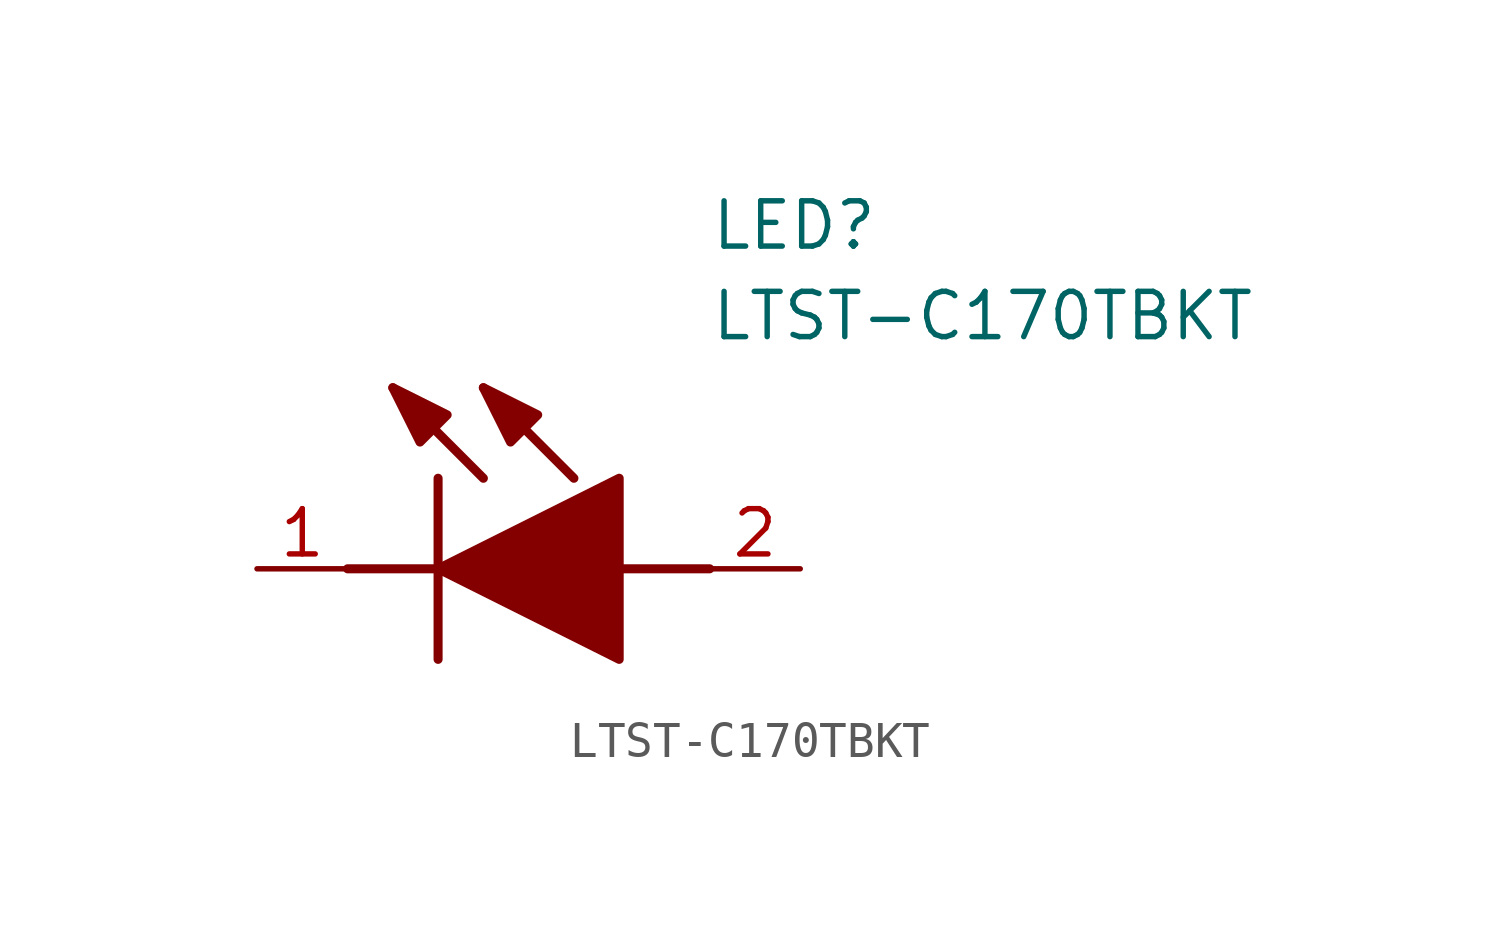
<source format=kicad_sym>
(kicad_symbol_lib
  (version 20211014)
  (generator SamacSys_ECAD_Model)
  (symbol "LTST-C170TBKT"
    (pin_names hide)
    (property "Reference" "LED"
      (at 12.7 8.89 0)
      (effects (font (size 1.27 1.27)) (justify left bottom)))
    (property "Value" "LTST-C170TBKT"
      (at 12.7 6.35 0)
      (effects (font (size 1.27 1.27)) (justify left bottom)))
    (polyline
      (pts (xy 5.08 2.54) (xy 5.08 -2.54))
      (stroke (width 0.254) (type default))
      (fill (type none)))
    (polyline
      (pts (xy 6.35 2.54) (xy 3.81 5.08))
      (stroke (width 0.254) (type default))
      (fill (type none)))
    (polyline
      (pts (xy 8.89 2.54) (xy 6.35 5.08))
      (stroke (width 0.254) (type default))
      (fill (type none)))
    (polyline
      (pts (xy 2.54 0) (xy 5.08 0))
      (stroke (width 0.254) (type default))
      (fill (type none)))
    (polyline
      (pts (xy 10.16 0) (xy 12.7 0))
      (stroke (width 0.254) (type default))
      (fill (type none)))
    (polyline
      (pts (xy 5.08 0) (xy 10.16 2.54) (xy 10.16 -2.54) (xy 5.08 0))
      (stroke (width 0.254) (type default))
      (fill (type outline)))
    (polyline
      (pts (xy 5.334 4.318) (xy 4.572 3.556) (xy 3.81 5.08) (xy 5.334 4.318))
      (stroke (width 0.254) (type default))
      (fill (type outline)))
    (polyline
      (pts (xy 7.874 4.318) (xy 7.112 3.556) (xy 6.35 5.08) (xy 7.874 4.318))
      (stroke (width 0.254) (type default))
      (fill (type outline)))
    (pin passive line
      (at 0 0 0)
      (length 2.54)
      (name "K" (effects (font (size 1.27 1.27))))
      (number "1" (effects (font (size 1.27 1.27)))))
    (pin passive line
      (at 15.24 0 180)
      (length 2.54)
      (name "A" (effects (font (size 1.27 1.27))))
      (number "2" (effects (font (size 1.27 1.27)))))))
</source>
